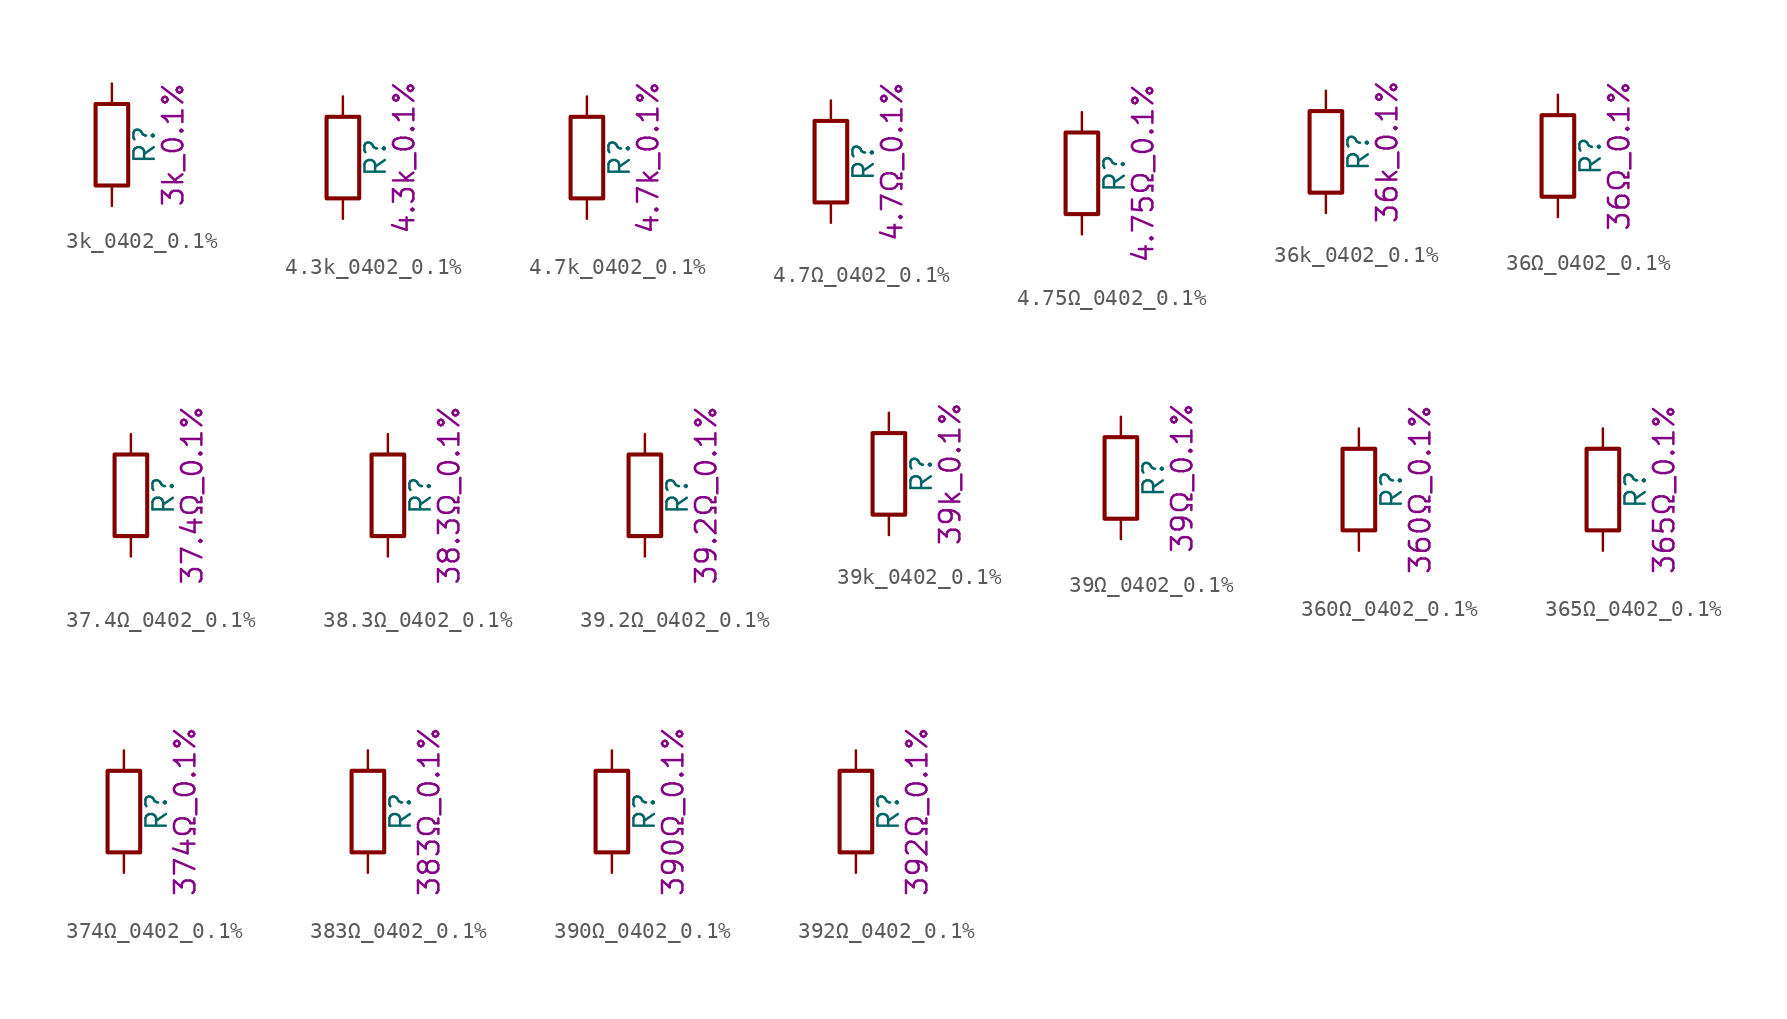
<source format=kicad_sym>
(kicad_symbol_lib
  (version 20211014)
  (generator kicad_symbol_editor)
  (symbol "3k_0402_0.1%"
    (pin_numbers hide)
    (pin_names
      (offset 0))
    (property "Reference" "R"
      (at 2.032 0 90)
      (effects (font (size 1.27 1.27))))
    (property "Display" "3k_0.1%"
      (at 3.81 0 90)
      (effects (font (size 1.27 1.27))))
    (symbol "3k_0402_0.1%_0_1"
      (rectangle (start -1.016 -2.54) (end 1.016 2.54) (stroke (width 0.254) (type default) (color 0 0 0 0)) (fill (type none))))
    (symbol "3k_0402_0.1%_1_1"
      (pin passive line (at 0 3.81 270) (length 1.27) (name "~" (effects (font (size 1.27 1.27)))) (number "1" (effects (font (size 1.27 1.27)))))
      (pin passive line (at 0 -3.81 90) (length 1.27) (name "~" (effects (font (size 1.27 1.27)))) (number "2" (effects (font (size 1.27 1.27)))))))
  (symbol "4.3k_0402_0.1%"
    (pin_numbers hide)
    (pin_names
      (offset 0))
    (property "Reference" "R"
      (at 2.032 0 90)
      (effects (font (size 1.27 1.27))))
    (property "Display" "4.3k_0.1%"
      (at 3.81 0 90)
      (effects (font (size 1.27 1.27))))
    (symbol "4.3k_0402_0.1%_0_1"
      (rectangle (start -1.016 -2.54) (end 1.016 2.54) (stroke (width 0.254) (type default) (color 0 0 0 0)) (fill (type none))))
    (symbol "4.3k_0402_0.1%_1_1"
      (pin passive line (at 0 3.81 270) (length 1.27) (name "~" (effects (font (size 1.27 1.27)))) (number "1" (effects (font (size 1.27 1.27)))))
      (pin passive line (at 0 -3.81 90) (length 1.27) (name "~" (effects (font (size 1.27 1.27)))) (number "2" (effects (font (size 1.27 1.27)))))))
  (symbol "4.7k_0402_0.1%"
    (pin_numbers hide)
    (pin_names
      (offset 0))
    (property "Reference" "R"
      (at 2.032 0 90)
      (effects (font (size 1.27 1.27))))
    (property "Display" "4.7k_0.1%"
      (at 3.81 0 90)
      (effects (font (size 1.27 1.27))))
    (symbol "4.7k_0402_0.1%_0_1"
      (rectangle (start -1.016 -2.54) (end 1.016 2.54) (stroke (width 0.254) (type default) (color 0 0 0 0)) (fill (type none))))
    (symbol "4.7k_0402_0.1%_1_1"
      (pin passive line (at 0 3.81 270) (length 1.27) (name "~" (effects (font (size 1.27 1.27)))) (number "1" (effects (font (size 1.27 1.27)))))
      (pin passive line (at 0 -3.81 90) (length 1.27) (name "~" (effects (font (size 1.27 1.27)))) (number "2" (effects (font (size 1.27 1.27)))))))
  (symbol "4.7Ω_0402_0.1%"
    (pin_numbers hide)
    (pin_names
      (offset 0))
    (property "Reference" "R"
      (at 2.032 0 90)
      (effects (font (size 1.27 1.27))))
    (property "Display" "4.7Ω_0.1%"
      (at 3.81 0 90)
      (effects (font (size 1.27 1.27))))
    (symbol "4.7Ω_0402_0.1%_0_1"
      (rectangle (start -1.016 -2.54) (end 1.016 2.54) (stroke (width 0.254) (type default) (color 0 0 0 0)) (fill (type none))))
    (symbol "4.7Ω_0402_0.1%_1_1"
      (pin passive line (at 0 3.81 270) (length 1.27) (name "~" (effects (font (size 1.27 1.27)))) (number "1" (effects (font (size 1.27 1.27)))))
      (pin passive line (at 0 -3.81 90) (length 1.27) (name "~" (effects (font (size 1.27 1.27)))) (number "2" (effects (font (size 1.27 1.27)))))))
  (symbol "4.75Ω_0402_0.1%"
    (pin_numbers hide)
    (pin_names
      (offset 0))
    (property "Reference" "R"
      (at 2.032 0 90)
      (effects (font (size 1.27 1.27))))
    (property "Display" "4.75Ω_0.1%"
      (at 3.81 0 90)
      (effects (font (size 1.27 1.27))))
    (symbol "4.75Ω_0402_0.1%_0_1"
      (rectangle (start -1.016 -2.54) (end 1.016 2.54) (stroke (width 0.254) (type default) (color 0 0 0 0)) (fill (type none))))
    (symbol "4.75Ω_0402_0.1%_1_1"
      (pin passive line (at 0 3.81 270) (length 1.27) (name "~" (effects (font (size 1.27 1.27)))) (number "1" (effects (font (size 1.27 1.27)))))
      (pin passive line (at 0 -3.81 90) (length 1.27) (name "~" (effects (font (size 1.27 1.27)))) (number "2" (effects (font (size 1.27 1.27)))))))
  (symbol "36k_0402_0.1%"
    (pin_numbers hide)
    (pin_names
      (offset 0))
    (property "Reference" "R"
      (at 2.032 0 90)
      (effects (font (size 1.27 1.27))))
    (property "Display" "36k_0.1%"
      (at 3.81 0 90)
      (effects (font (size 1.27 1.27))))
    (symbol "36k_0402_0.1%_0_1"
      (rectangle (start -1.016 -2.54) (end 1.016 2.54) (stroke (width 0.254) (type default) (color 0 0 0 0)) (fill (type none))))
    (symbol "36k_0402_0.1%_1_1"
      (pin passive line (at 0 3.81 270) (length 1.27) (name "~" (effects (font (size 1.27 1.27)))) (number "1" (effects (font (size 1.27 1.27)))))
      (pin passive line (at 0 -3.81 90) (length 1.27) (name "~" (effects (font (size 1.27 1.27)))) (number "2" (effects (font (size 1.27 1.27)))))))
  (symbol "36Ω_0402_0.1%"
    (pin_numbers hide)
    (pin_names
      (offset 0))
    (property "Reference" "R"
      (at 2.032 0 90)
      (effects (font (size 1.27 1.27))))
    (property "Display" "36Ω_0.1%"
      (at 3.81 0 90)
      (effects (font (size 1.27 1.27))))
    (symbol "36Ω_0402_0.1%_0_1"
      (rectangle (start -1.016 -2.54) (end 1.016 2.54) (stroke (width 0.254) (type default) (color 0 0 0 0)) (fill (type none))))
    (symbol "36Ω_0402_0.1%_1_1"
      (pin passive line (at 0 3.81 270) (length 1.27) (name "~" (effects (font (size 1.27 1.27)))) (number "1" (effects (font (size 1.27 1.27)))))
      (pin passive line (at 0 -3.81 90) (length 1.27) (name "~" (effects (font (size 1.27 1.27)))) (number "2" (effects (font (size 1.27 1.27)))))))
  (symbol "37.4Ω_0402_0.1%"
    (pin_numbers hide)
    (pin_names
      (offset 0))
    (property "Reference" "R"
      (at 2.032 0 90)
      (effects (font (size 1.27 1.27))))
    (property "Display" "37.4Ω_0.1%"
      (at 3.81 0 90)
      (effects (font (size 1.27 1.27))))
    (symbol "37.4Ω_0402_0.1%_0_1"
      (rectangle (start -1.016 -2.54) (end 1.016 2.54) (stroke (width 0.254) (type default) (color 0 0 0 0)) (fill (type none))))
    (symbol "37.4Ω_0402_0.1%_1_1"
      (pin passive line (at 0 3.81 270) (length 1.27) (name "~" (effects (font (size 1.27 1.27)))) (number "1" (effects (font (size 1.27 1.27)))))
      (pin passive line (at 0 -3.81 90) (length 1.27) (name "~" (effects (font (size 1.27 1.27)))) (number "2" (effects (font (size 1.27 1.27)))))))
  (symbol "38.3Ω_0402_0.1%"
    (pin_numbers hide)
    (pin_names
      (offset 0))
    (property "Reference" "R"
      (at 2.032 0 90)
      (effects (font (size 1.27 1.27))))
    (property "Display" "38.3Ω_0.1%"
      (at 3.81 0 90)
      (effects (font (size 1.27 1.27))))
    (symbol "38.3Ω_0402_0.1%_0_1"
      (rectangle (start -1.016 -2.54) (end 1.016 2.54) (stroke (width 0.254) (type default) (color 0 0 0 0)) (fill (type none))))
    (symbol "38.3Ω_0402_0.1%_1_1"
      (pin passive line (at 0 3.81 270) (length 1.27) (name "~" (effects (font (size 1.27 1.27)))) (number "1" (effects (font (size 1.27 1.27)))))
      (pin passive line (at 0 -3.81 90) (length 1.27) (name "~" (effects (font (size 1.27 1.27)))) (number "2" (effects (font (size 1.27 1.27)))))))
  (symbol "39.2Ω_0402_0.1%"
    (pin_numbers hide)
    (pin_names
      (offset 0))
    (property "Reference" "R"
      (at 2.032 0 90)
      (effects (font (size 1.27 1.27))))
    (property "Display" "39.2Ω_0.1%"
      (at 3.81 0 90)
      (effects (font (size 1.27 1.27))))
    (symbol "39.2Ω_0402_0.1%_0_1"
      (rectangle (start -1.016 -2.54) (end 1.016 2.54) (stroke (width 0.254) (type default) (color 0 0 0 0)) (fill (type none))))
    (symbol "39.2Ω_0402_0.1%_1_1"
      (pin passive line (at 0 3.81 270) (length 1.27) (name "~" (effects (font (size 1.27 1.27)))) (number "1" (effects (font (size 1.27 1.27)))))
      (pin passive line (at 0 -3.81 90) (length 1.27) (name "~" (effects (font (size 1.27 1.27)))) (number "2" (effects (font (size 1.27 1.27)))))))
  (symbol "39k_0402_0.1%"
    (pin_numbers hide)
    (pin_names
      (offset 0))
    (property "Reference" "R"
      (at 2.032 0 90)
      (effects (font (size 1.27 1.27))))
    (property "Display" "39k_0.1%"
      (at 3.81 0 90)
      (effects (font (size 1.27 1.27))))
    (symbol "39k_0402_0.1%_0_1"
      (rectangle (start -1.016 -2.54) (end 1.016 2.54) (stroke (width 0.254) (type default) (color 0 0 0 0)) (fill (type none))))
    (symbol "39k_0402_0.1%_1_1"
      (pin passive line (at 0 3.81 270) (length 1.27) (name "~" (effects (font (size 1.27 1.27)))) (number "1" (effects (font (size 1.27 1.27)))))
      (pin passive line (at 0 -3.81 90) (length 1.27) (name "~" (effects (font (size 1.27 1.27)))) (number "2" (effects (font (size 1.27 1.27)))))))
  (symbol "39Ω_0402_0.1%"
    (pin_numbers hide)
    (pin_names
      (offset 0))
    (property "Reference" "R"
      (at 2.032 0 90)
      (effects (font (size 1.27 1.27))))
    (property "Display" "39Ω_0.1%"
      (at 3.81 0 90)
      (effects (font (size 1.27 1.27))))
    (symbol "39Ω_0402_0.1%_0_1"
      (rectangle (start -1.016 -2.54) (end 1.016 2.54) (stroke (width 0.254) (type default) (color 0 0 0 0)) (fill (type none))))
    (symbol "39Ω_0402_0.1%_1_1"
      (pin passive line (at 0 3.81 270) (length 1.27) (name "~" (effects (font (size 1.27 1.27)))) (number "1" (effects (font (size 1.27 1.27)))))
      (pin passive line (at 0 -3.81 90) (length 1.27) (name "~" (effects (font (size 1.27 1.27)))) (number "2" (effects (font (size 1.27 1.27)))))))
  (symbol "360Ω_0402_0.1%"
    (pin_numbers hide)
    (pin_names
      (offset 0))
    (property "Reference" "R"
      (at 2.032 0 90)
      (effects (font (size 1.27 1.27))))
    (property "Display" "360Ω_0.1%"
      (at 3.81 0 90)
      (effects (font (size 1.27 1.27))))
    (symbol "360Ω_0402_0.1%_0_1"
      (rectangle (start -1.016 -2.54) (end 1.016 2.54) (stroke (width 0.254) (type default) (color 0 0 0 0)) (fill (type none))))
    (symbol "360Ω_0402_0.1%_1_1"
      (pin passive line (at 0 3.81 270) (length 1.27) (name "~" (effects (font (size 1.27 1.27)))) (number "1" (effects (font (size 1.27 1.27)))))
      (pin passive line (at 0 -3.81 90) (length 1.27) (name "~" (effects (font (size 1.27 1.27)))) (number "2" (effects (font (size 1.27 1.27)))))))
  (symbol "365Ω_0402_0.1%"
    (pin_numbers hide)
    (pin_names
      (offset 0))
    (property "Reference" "R"
      (at 2.032 0 90)
      (effects (font (size 1.27 1.27))))
    (property "Display" "365Ω_0.1%"
      (at 3.81 0 90)
      (effects (font (size 1.27 1.27))))
    (symbol "365Ω_0402_0.1%_0_1"
      (rectangle (start -1.016 -2.54) (end 1.016 2.54) (stroke (width 0.254) (type default) (color 0 0 0 0)) (fill (type none))))
    (symbol "365Ω_0402_0.1%_1_1"
      (pin passive line (at 0 3.81 270) (length 1.27) (name "~" (effects (font (size 1.27 1.27)))) (number "1" (effects (font (size 1.27 1.27)))))
      (pin passive line (at 0 -3.81 90) (length 1.27) (name "~" (effects (font (size 1.27 1.27)))) (number "2" (effects (font (size 1.27 1.27)))))))
  (symbol "374Ω_0402_0.1%"
    (pin_numbers hide)
    (pin_names
      (offset 0))
    (property "Reference" "R"
      (at 2.032 0 90)
      (effects (font (size 1.27 1.27))))
    (property "Display" "374Ω_0.1%"
      (at 3.81 0 90)
      (effects (font (size 1.27 1.27))))
    (symbol "374Ω_0402_0.1%_0_1"
      (rectangle (start -1.016 -2.54) (end 1.016 2.54) (stroke (width 0.254) (type default) (color 0 0 0 0)) (fill (type none))))
    (symbol "374Ω_0402_0.1%_1_1"
      (pin passive line (at 0 3.81 270) (length 1.27) (name "~" (effects (font (size 1.27 1.27)))) (number "1" (effects (font (size 1.27 1.27)))))
      (pin passive line (at 0 -3.81 90) (length 1.27) (name "~" (effects (font (size 1.27 1.27)))) (number "2" (effects (font (size 1.27 1.27)))))))
  (symbol "383Ω_0402_0.1%"
    (pin_numbers hide)
    (pin_names
      (offset 0))
    (property "Reference" "R"
      (at 2.032 0 90)
      (effects (font (size 1.27 1.27))))
    (property "Display" "383Ω_0.1%"
      (at 3.81 0 90)
      (effects (font (size 1.27 1.27))))
    (symbol "383Ω_0402_0.1%_0_1"
      (rectangle (start -1.016 -2.54) (end 1.016 2.54) (stroke (width 0.254) (type default) (color 0 0 0 0)) (fill (type none))))
    (symbol "383Ω_0402_0.1%_1_1"
      (pin passive line (at 0 3.81 270) (length 1.27) (name "~" (effects (font (size 1.27 1.27)))) (number "1" (effects (font (size 1.27 1.27)))))
      (pin passive line (at 0 -3.81 90) (length 1.27) (name "~" (effects (font (size 1.27 1.27)))) (number "2" (effects (font (size 1.27 1.27)))))))
  (symbol "390Ω_0402_0.1%"
    (pin_numbers hide)
    (pin_names
      (offset 0))
    (property "Reference" "R"
      (at 2.032 0 90)
      (effects (font (size 1.27 1.27))))
    (property "Display" "390Ω_0.1%"
      (at 3.81 0 90)
      (effects (font (size 1.27 1.27))))
    (symbol "390Ω_0402_0.1%_0_1"
      (rectangle (start -1.016 -2.54) (end 1.016 2.54) (stroke (width 0.254) (type default) (color 0 0 0 0)) (fill (type none))))
    (symbol "390Ω_0402_0.1%_1_1"
      (pin passive line (at 0 3.81 270) (length 1.27) (name "~" (effects (font (size 1.27 1.27)))) (number "1" (effects (font (size 1.27 1.27)))))
      (pin passive line (at 0 -3.81 90) (length 1.27) (name "~" (effects (font (size 1.27 1.27)))) (number "2" (effects (font (size 1.27 1.27)))))))
  (symbol "392Ω_0402_0.1%"
    (pin_numbers hide)
    (pin_names
      (offset 0))
    (property "Reference" "R"
      (at 2.032 0 90)
      (effects (font (size 1.27 1.27))))
    (property "Display" "392Ω_0.1%"
      (at 3.81 0 90)
      (effects (font (size 1.27 1.27))))
    (symbol "392Ω_0402_0.1%_0_1"
      (rectangle (start -1.016 -2.54) (end 1.016 2.54) (stroke (width 0.254) (type default) (color 0 0 0 0)) (fill (type none))))
    (symbol "392Ω_0402_0.1%_1_1"
      (pin passive line (at 0 3.81 270) (length 1.27) (name "~" (effects (font (size 1.27 1.27)))) (number "1" (effects (font (size 1.27 1.27)))))
      (pin passive line (at 0 -3.81 90) (length 1.27) (name "~" (effects (font (size 1.27 1.27)))) (number "2" (effects (font (size 1.27 1.27))))))))
</source>
